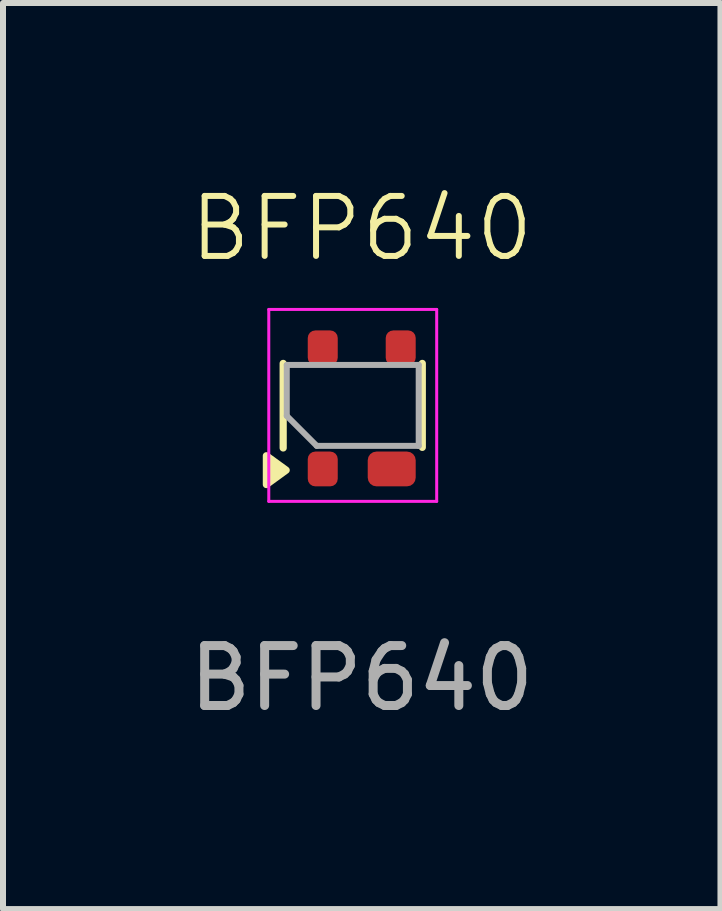
<source format=kicad_pcb>
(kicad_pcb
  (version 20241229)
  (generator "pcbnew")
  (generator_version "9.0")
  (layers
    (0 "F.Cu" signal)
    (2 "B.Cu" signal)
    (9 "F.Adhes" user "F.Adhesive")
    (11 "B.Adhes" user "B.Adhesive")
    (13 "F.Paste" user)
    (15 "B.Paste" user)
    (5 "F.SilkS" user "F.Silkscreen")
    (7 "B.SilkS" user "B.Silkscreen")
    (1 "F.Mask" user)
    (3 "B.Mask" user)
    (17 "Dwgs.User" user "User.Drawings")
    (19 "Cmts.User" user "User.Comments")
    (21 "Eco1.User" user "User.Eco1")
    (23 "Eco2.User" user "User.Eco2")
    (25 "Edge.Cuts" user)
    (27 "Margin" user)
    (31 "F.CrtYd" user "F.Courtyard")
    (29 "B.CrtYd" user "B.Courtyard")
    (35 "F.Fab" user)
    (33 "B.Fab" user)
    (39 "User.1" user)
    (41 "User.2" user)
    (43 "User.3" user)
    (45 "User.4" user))
  (footprint "BFP640"
    (layer "F.Cu")
    (at 2.982 3.76)
    (property "Reference" "BFP640" (at 0 -3 0) (unlocked yes) (layer "F.SilkS") (effects (font (size 1 1) (thickness 0.1))))
    (attr smd)
    (fp_line (start -1.31 0.66) (end -1.31 -0.75) (stroke (width 0.12) (type solid)) (layer "F.SilkS"))
    (fp_line (start 1.01 0.65) (end 1.01 -0.75) (stroke (width 0.12) (type solid)) (layer "F.SilkS"))
    (fp_poly (pts (xy -1.26 1.03) (xy -1.59 1.27) (xy -1.59 0.79) (xy -1.26 1.03)) (stroke (width 0.12) (type solid)) (fill yes) (layer "F.SilkS"))
    (fp_line (start -1.55 1.55) (end -1.55 -1.65) (stroke (width 0.05) (type solid)) (layer "F.CrtYd"))
    (fp_line (start -1.55 1.55) (end 1.25 1.55) (stroke (width 0.05) (type solid)) (layer "F.CrtYd"))
    (fp_line (start 1.25 -1.65) (end -1.55 -1.65) (stroke (width 0.05) (type solid)) (layer "F.CrtYd"))
    (fp_line (start 1.25 1.55) (end 1.25 -1.65) (stroke (width 0.05) (type solid)) (layer "F.CrtYd"))
    (fp_line (start -1.25 -0.725) (end -1.25 0.125) (stroke (width 0.1) (type solid)) (layer "F.Fab"))
    (fp_line (start -1.25 -0.725) (end 0.95 -0.725) (stroke (width 0.1) (type solid)) (layer "F.Fab"))
    (fp_line (start -1.25 0.125) (end -0.75 0.625) (stroke (width 0.1) (type solid)) (layer "F.Fab"))
    (fp_line (start -0.75 0.625) (end 0.95 0.625) (stroke (width 0.1) (type solid)) (layer "F.Fab"))
    (fp_line (start 0.95 -0.725) (end 0.95 0.625) (stroke (width 0.1) (type solid)) (layer "F.Fab"))
    (fp_text user "${REFERENCE}" (at 0 4.5 0) (unlocked yes) (layer "F.Fab") (effects (font (size 1 1) (thickness 0.15))))
    (pad "1" smd roundrect (at -0.65 1.01) (size 0.5 0.58) (layers "F.Cu" "F.Mask" "F.Paste") (roundrect_rratio 0.25))
    (pad "2" smd roundrect (at -0.65 -1.01) (size 0.5 0.58) (layers "F.Cu" "F.Mask" "F.Paste") (roundrect_rratio 0.25))
    (pad "2" smd roundrect (at 0.5 1.01) (size 0.8 0.58) (layers "F.Cu" "F.Mask" "F.Paste") (roundrect_rratio 0.25))
    (pad "3" smd roundrect (at 0.65 -1.01) (size 0.5 0.58) (layers "F.Cu" "F.Mask" "F.Paste") (roundrect_rratio 0.25)))
  (gr_rect
    (start -3 -3)
    (end 8.964 12.109)
    (stroke (width 0.1) (type default))
    (fill no)
    (layer "Edge.Cuts")))
</source>
